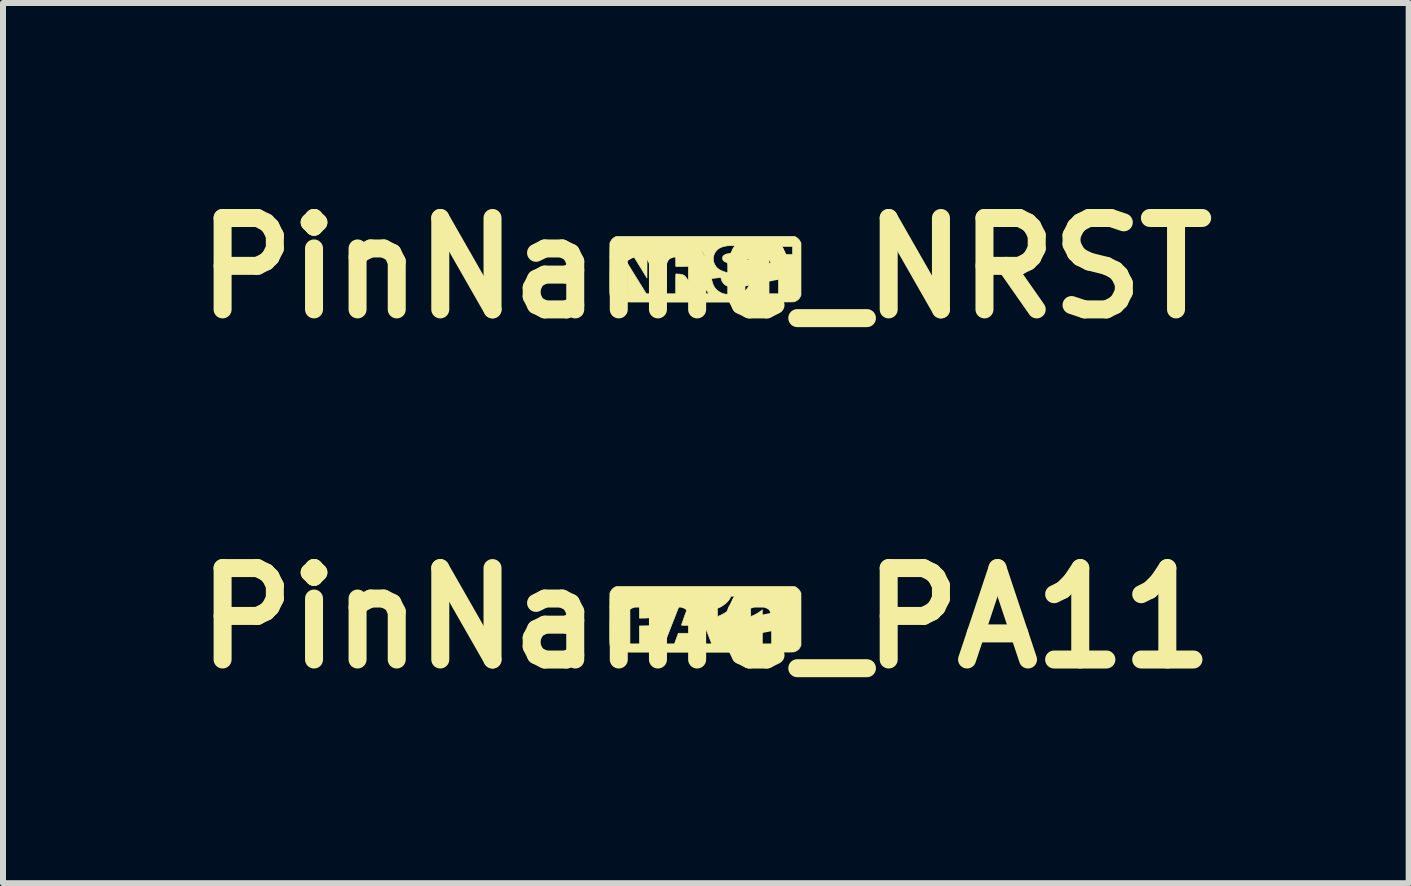
<source format=kicad_pcb>
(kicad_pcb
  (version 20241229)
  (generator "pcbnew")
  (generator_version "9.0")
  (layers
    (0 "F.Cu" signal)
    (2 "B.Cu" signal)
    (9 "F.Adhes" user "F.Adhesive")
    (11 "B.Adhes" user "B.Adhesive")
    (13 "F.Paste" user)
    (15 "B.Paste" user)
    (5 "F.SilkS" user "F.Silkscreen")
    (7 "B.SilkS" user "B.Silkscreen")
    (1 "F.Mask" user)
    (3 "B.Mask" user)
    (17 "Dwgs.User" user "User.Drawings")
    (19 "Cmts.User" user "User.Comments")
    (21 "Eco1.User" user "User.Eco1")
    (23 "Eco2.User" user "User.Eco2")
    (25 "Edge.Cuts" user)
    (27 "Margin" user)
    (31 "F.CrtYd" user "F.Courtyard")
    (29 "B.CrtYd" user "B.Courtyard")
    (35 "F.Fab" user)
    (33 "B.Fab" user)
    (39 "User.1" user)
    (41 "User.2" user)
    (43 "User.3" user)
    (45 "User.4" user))
  (footprint "PinName_PA11"
    (layer "F.Cu")
    (at 8.716 7.254)
    (property "Reference" "PinName_PA11" (at 0 0 0) (layer "F.SilkS") (effects (font (size 1.524 1.524) (thickness 0.3))))
    (attr through_hole)
    (fp_poly (pts (xy -1.01 -0.226) (xy -0.978 -0.225) (xy -0.953 -0.224) (xy -0.934 -0.224) (xy -0.921 -0.222) (xy -0.91 -0.221) (xy -0.902 -0.218) (xy -0.893 -0.215) (xy -0.886 -0.211) (xy -0.859 -0.194) (xy -0.841 -0.172) (xy -0.83 -0.145) (xy -0.827 -0.113) (xy -0.828 -0.106) (xy -0.834 -0.076) (xy -0.848 -0.049) (xy -0.87 -0.029) (xy -0.88 -0.022) (xy -0.898 -0.015) (xy -0.922 -0.009) (xy -0.953 -0.004) (xy -0.99 -0.002) (xy -1.036 -0.000286) (xy -1.054 -0.000156) (xy -1.108 0) (xy -1.108 -0.227) (xy -1.01 -0.226)) (stroke (width 0.01) (type solid)) (fill yes) (layer "F.SilkS"))
    (fp_poly (pts (xy -0.301 -0.171) (xy -0.296 -0.159) (xy -0.289 -0.142) (xy -0.281 -0.119) (xy -0.271 -0.093) (xy -0.26 -0.064) (xy -0.249 -0.034) (xy -0.237 -0.003) (xy -0.226 0.027) (xy -0.216 0.054) (xy -0.207 0.078) (xy -0.201 0.097) (xy -0.196 0.11) (xy -0.194 0.116) (xy -0.194 0.117) (xy -0.198 0.118) (xy -0.211 0.118) (xy -0.23 0.119) (xy -0.254 0.12) (xy -0.283 0.12) (xy -0.3 0.12) (xy -0.336 0.12) (xy -0.363 0.12) (xy -0.383 0.119) (xy -0.396 0.118) (xy -0.404 0.117) (xy -0.406 0.115) (xy -0.406 0.114) (xy -0.405 0.109) (xy -0.401 0.096) (xy -0.394 0.078) (xy -0.386 0.054) (xy -0.376 0.027) (xy -0.366 -0.003) (xy -0.355 -0.034) (xy -0.344 -0.064) (xy -0.333 -0.094) (xy -0.323 -0.12) (xy -0.315 -0.143) (xy -0.309 -0.16) (xy -0.304 -0.171) (xy -0.303 -0.175) (xy -0.301 -0.171)) (stroke (width 0.01) (type solid)) (fill yes) (layer "F.SilkS"))
    (fp_poly (pts (xy 1.502 -0.516) (xy 1.531 -0.496) (xy 1.557 -0.469) (xy 1.573 -0.442) (xy 1.586 -0.418) (xy 1.586 0.455) (xy 1.575 0.477) (xy 1.566 0.493) (xy 1.557 0.508) (xy 1.552 0.514) (xy 1.537 0.528) (xy 1.516 0.543) (xy 1.493 0.555) (xy 1.475 0.563) (xy 1.471 0.563) (xy 1.463 0.564) (xy 1.45 0.564) (xy 1.432 0.565) (xy 1.41 0.565) (xy 1.382 0.565) (xy 1.349 0.566) (xy 1.31 0.566) (xy 1.265 0.566) (xy 1.214 0.567) (xy 1.156 0.567) (xy 1.092 0.567) (xy 1.022 0.567) (xy 0.944 0.567) (xy 0.858 0.567) (xy 0.766 0.568) (xy 0.665 0.568) (xy 0.557 0.568) (xy 0.44 0.568) (xy 0.315 0.568) (xy 0.181 0.568) (xy 0.038 0.568) (xy -0.012 0.568) (xy -0.15 0.568) (xy -0.279 0.568) (xy -0.4 0.568) (xy -0.512 0.568) (xy -0.616 0.568) (xy -0.713 0.568) (xy -0.802 0.568) (xy -0.884 0.567) (xy -0.959 0.567) (xy -1.028 0.567) (xy -1.09 0.567) (xy -1.147 0.567) (xy -1.198 0.567) (xy -1.243 0.567) (xy -1.284 0.566) (xy -1.32 0.566) (xy -1.352 0.566) (xy -1.379 0.566) (xy -1.403 0.565) (xy -1.423 0.565) (xy -1.44 0.565) (xy -1.455 0.564) (xy -1.466 0.564) (xy -1.476 0.563) (xy -1.483 0.562) (xy -1.489 0.562) (xy -1.494 0.561) (xy -1.497 0.56) (xy -1.5 0.56) (xy -1.502 0.559) (xy -1.503 0.559) (xy -1.537 0.542) (xy -1.563 0.52) (xy -1.575 0.505) (xy -1.579 0.498) (xy -1.583 0.491) (xy -1.587 0.485) (xy -1.59 0.479) (xy -1.593 0.471) (xy -1.595 0.462) (xy -1.597 0.45) (xy -1.598 0.436) (xy -1.599 0.429) (xy -1.265 0.429) (xy -1.108 0.429) (xy -0.692 0.429) (xy -0.524 0.429) (xy -0.459 0.252) (xy -0.141 0.252) (xy -0.107 0.341) (xy -0.072 0.429) (xy 0.012 0.429) (xy 0.039 0.429) (xy 0.062 0.429) (xy 0.081 0.428) (xy 0.093 0.427) (xy 0.097 0.426) (xy 0.095 0.421) (xy 0.09 0.409) (xy 0.083 0.389) (xy 0.072 0.362) (xy 0.059 0.329) (xy 0.044 0.29) (xy 0.027 0.247) (xy 0.008 0.199) (xy -0.013 0.148) (xy -0.035 0.094) (xy -0.057 0.037) (xy -0.059 0.032) (xy -0.138 -0.164) (xy 0.194 -0.164) (xy 0.194 -0.096) (xy 0.194 -0.069) (xy 0.195 -0.05) (xy 0.195 -0.038) (xy 0.197 -0.031) (xy 0.199 -0.029) (xy 0.201 -0.029) (xy 0.266 -0.058) (xy 0.324 -0.091) (xy 0.368 -0.124) (xy 0.388 -0.14) (xy 0.388 0.429) (xy 0.54 0.429) (xy 0.54 -0.096) (xy 0.748 -0.096) (xy 0.748 -0.072) (xy 0.749 -0.052) (xy 0.749 -0.037) (xy 0.75 -0.029) (xy 0.75 -0.028) (xy 0.755 -0.029) (xy 0.767 -0.034) (xy 0.783 -0.041) (xy 0.793 -0.045) (xy 0.821 -0.059) (xy 0.853 -0.077) (xy 0.884 -0.096) (xy 0.913 -0.117) (xy 0.927 -0.127) (xy 0.942 -0.14) (xy 0.942 0.429) (xy 1.095 0.429) (xy 1.095 -0.365) (xy 1.033 -0.365) (xy 0.972 -0.365) (xy 0.964 -0.345) (xy 0.948 -0.316) (xy 0.925 -0.285) (xy 0.896 -0.255) (xy 0.862 -0.227) (xy 0.826 -0.202) (xy 0.789 -0.181) (xy 0.77 -0.173) (xy 0.748 -0.164) (xy 0.748 -0.096) (xy 0.54 -0.096) (xy 0.54 -0.365) (xy 0.479 -0.365) (xy 0.418 -0.365) (xy 0.409 -0.344) (xy 0.395 -0.317) (xy 0.374 -0.288) (xy 0.348 -0.26) (xy 0.325 -0.24) (xy 0.298 -0.22) (xy 0.27 -0.201) (xy 0.243 -0.185) (xy 0.219 -0.174) (xy 0.211 -0.171) (xy 0.194 -0.164) (xy -0.138 -0.164) (xy -0.215 -0.358) (xy -0.385 -0.358) (xy -0.527 0.007) (xy -0.549 0.063) (xy -0.57 0.117) (xy -0.59 0.168) (xy -0.609 0.217) (xy -0.626 0.261) (xy -0.642 0.3) (xy -0.655 0.334) (xy -0.666 0.362) (xy -0.674 0.383) (xy -0.679 0.396) (xy -0.681 0.401) (xy -0.692 0.429) (xy -1.108 0.429) (xy -1.108 0.13) (xy -0.983 0.128) (xy -0.941 0.127) (xy -0.907 0.126) (xy -0.88 0.125) (xy -0.858 0.123) (xy -0.84 0.12) (xy -0.824 0.116) (xy -0.81 0.111) (xy -0.795 0.104) (xy -0.78 0.096) (xy -0.744 0.072) (xy -0.713 0.041) (xy -0.689 0.005) (xy -0.673 -0.036) (xy -0.672 -0.04) (xy -0.668 -0.06) (xy -0.665 -0.087) (xy -0.664 -0.115) (xy -0.667 -0.162) (xy -0.674 -0.203) (xy -0.688 -0.238) (xy -0.707 -0.269) (xy -0.729 -0.294) (xy -0.758 -0.318) (xy -0.792 -0.337) (xy -0.827 -0.35) (xy -0.834 -0.351) (xy -0.844 -0.353) (xy -0.863 -0.354) (xy -0.889 -0.355) (xy -0.923 -0.356) (xy -0.962 -0.357) (xy -1.007 -0.358) (xy -1.056 -0.359) (xy -1.061 -0.359) (xy -1.265 -0.361) (xy -1.265 0.429) (xy -1.599 0.429) (xy -1.6 0.418) (xy -1.601 0.396) (xy -1.601 0.369) (xy -1.602 0.338) (xy -1.602 0.3) (xy -1.602 0.257) (xy -1.602 0.206) (xy -1.602 0.148) (xy -1.602 0.081) (xy -1.601 0.011) (xy -1.6 -0.418) (xy -1.588 -0.443) (xy -1.568 -0.475) (xy -1.541 -0.501) (xy -1.515 -0.517) (xy -1.489 -0.529) (xy 1.476 -0.529) (xy 1.502 -0.516)) (stroke (width 0.01) (type solid)) (fill yes) (layer "F.SilkS")))
  (footprint "PinName_NRST"
    (layer "F.Cu")
    (at 8.716 1.418)
    (property "Reference" "PinName_NRST" (at 0 0 0) (layer "F.SilkS") (effects (font (size 1.524 1.524) (thickness 0.3))))
    (attr through_hole)
    (fp_poly (pts (xy -0.338 -0.226) (xy -0.302 -0.225) (xy -0.274 -0.224) (xy -0.255 -0.223) (xy -0.244 -0.221) (xy -0.218 -0.208) (xy -0.198 -0.189) (xy -0.186 -0.165) (xy -0.181 -0.135) (xy -0.181 -0.119) (xy -0.186 -0.09) (xy -0.197 -0.067) (xy -0.214 -0.05) (xy -0.229 -0.041) (xy -0.238 -0.037) (xy -0.249 -0.034) (xy -0.262 -0.032) (xy -0.279 -0.03) (xy -0.303 -0.028) (xy -0.327 -0.027) (xy -0.369 -0.025) (xy -0.407 -0.024) (xy -0.439 -0.024) (xy -0.466 -0.024) (xy -0.485 -0.024) (xy -0.497 -0.025) (xy -0.5 -0.026) (xy -0.501 -0.032) (xy -0.502 -0.045) (xy -0.503 -0.064) (xy -0.503 -0.089) (xy -0.503 -0.117) (xy -0.503 -0.128) (xy -0.503 -0.226) (xy -0.382 -0.226) (xy -0.338 -0.226)) (stroke (width 0.01) (type solid)) (fill yes) (layer "F.SilkS"))
    (fp_poly (pts (xy 1.502 -0.516) (xy 1.531 -0.496) (xy 1.557 -0.469) (xy 1.573 -0.442) (xy 1.586 -0.418) (xy 1.586 0.455) (xy 1.575 0.477) (xy 1.566 0.493) (xy 1.557 0.508) (xy 1.552 0.514) (xy 1.537 0.528) (xy 1.516 0.543) (xy 1.493 0.555) (xy 1.475 0.563) (xy 1.471 0.563) (xy 1.463 0.564) (xy 1.45 0.564) (xy 1.432 0.565) (xy 1.41 0.565) (xy 1.382 0.565) (xy 1.349 0.566) (xy 1.31 0.566) (xy 1.265 0.566) (xy 1.214 0.567) (xy 1.156 0.567) (xy 1.092 0.567) (xy 1.022 0.567) (xy 0.944 0.567) (xy 0.858 0.567) (xy 0.766 0.568) (xy 0.665 0.568) (xy 0.557 0.568) (xy 0.44 0.568) (xy 0.315 0.568) (xy 0.181 0.568) (xy 0.038 0.568) (xy -0.012 0.568) (xy -0.15 0.568) (xy -0.279 0.568) (xy -0.4 0.568) (xy -0.512 0.568) (xy -0.616 0.568) (xy -0.713 0.568) (xy -0.802 0.568) (xy -0.884 0.567) (xy -0.959 0.567) (xy -1.028 0.567) (xy -1.09 0.567) (xy -1.147 0.567) (xy -1.198 0.567) (xy -1.243 0.567) (xy -1.284 0.566) (xy -1.32 0.566) (xy -1.352 0.566) (xy -1.379 0.566) (xy -1.403 0.565) (xy -1.423 0.565) (xy -1.44 0.565) (xy -1.455 0.564) (xy -1.466 0.564) (xy -1.476 0.563) (xy -1.483 0.562) (xy -1.489 0.562) (xy -1.494 0.561) (xy -1.497 0.56) (xy -1.5 0.56) (xy -1.502 0.559) (xy -1.503 0.559) (xy -1.537 0.542) (xy -1.563 0.52) (xy -1.575 0.505) (xy -1.579 0.498) (xy -1.583 0.491) (xy -1.587 0.485) (xy -1.59 0.479) (xy -1.593 0.471) (xy -1.595 0.462) (xy -1.597 0.45) (xy -1.598 0.436) (xy -1.6 0.418) (xy -1.601 0.396) (xy -1.601 0.369) (xy -1.602 0.338) (xy -1.602 0.3) (xy -1.602 0.257) (xy -1.602 0.206) (xy -1.602 0.148) (xy -1.602 0.081) (xy -1.601 0.011) (xy -1.6 -0.36) (xy -1.459 -0.36) (xy -1.459 0.429) (xy -1.312 0.429) (xy -1.31 0.173) (xy -1.309 -0.083) (xy -1.151 0.173) (xy -0.992 0.429) (xy -0.831 0.429) (xy -0.66 0.429) (xy -0.503 0.429) (xy -0.503 0.265) (xy -0.503 0.221) (xy -0.503 0.185) (xy -0.503 0.157) (xy -0.502 0.135) (xy -0.502 0.119) (xy -0.501 0.109) (xy -0.499 0.102) (xy -0.498 0.099) (xy -0.497 0.099) (xy -0.49 0.098) (xy -0.476 0.099) (xy -0.457 0.1) (xy -0.441 0.101) (xy -0.41 0.105) (xy -0.385 0.111) (xy -0.366 0.121) (xy -0.348 0.135) (xy -0.335 0.149) (xy -0.329 0.157) (xy -0.318 0.172) (xy -0.303 0.193) (xy -0.285 0.218) (xy -0.266 0.247) (xy -0.245 0.277) (xy -0.23 0.299) (xy -0.142 0.429) (xy -0.048 0.429) (xy -0.016 0.429) (xy 0.008 0.429) (xy 0.024 0.429) (xy 0.035 0.428) (xy 0.041 0.427) (xy 0.043 0.425) (xy 0.043 0.422) (xy 0.042 0.421) (xy 0.037 0.412) (xy 0.028 0.397) (xy 0.015 0.377) (xy 0.000368 0.354) (xy -0.016 0.327) (xy -0.033 0.3) (xy -0.05 0.274) (xy -0.066 0.249) (xy -0.08 0.227) (xy -0.092 0.21) (xy -0.099 0.198) (xy -0.101 0.196) (xy -0.113 0.181) (xy 0.098 0.181) (xy 0.098 0.192) (xy 0.101 0.209) (xy 0.107 0.23) (xy 0.114 0.252) (xy 0.121 0.274) (xy 0.129 0.293) (xy 0.13 0.295) (xy 0.153 0.332) (xy 0.184 0.365) (xy 0.219 0.393) (xy 0.259 0.415) (xy 0.283 0.425) (xy 0.317 0.433) (xy 0.357 0.439) (xy 0.4 0.442) (xy 0.444 0.442) (xy 0.487 0.44) (xy 0.526 0.435) (xy 0.545 0.43) (xy 0.592 0.415) (xy 0.631 0.395) (xy 0.664 0.369) (xy 0.691 0.339) (xy 0.713 0.302) (xy 0.728 0.262) (xy 0.736 0.219) (xy 0.737 0.177) (xy 0.73 0.135) (xy 0.717 0.095) (xy 0.696 0.06) (xy 0.683 0.043) (xy 0.663 0.024) (xy 0.64 0.007) (xy 0.612 -0.008) (xy 0.58 -0.023) (xy 0.541 -0.036) (xy 0.494 -0.05) (xy 0.471 -0.056) (xy 0.426 -0.068) (xy 0.388 -0.079) (xy 0.358 -0.088) (xy 0.334 -0.097) (xy 0.316 -0.106) (xy 0.302 -0.115) (xy 0.292 -0.124) (xy 0.286 -0.132) (xy 0.279 -0.152) (xy 0.278 -0.175) (xy 0.286 -0.196) (xy 0.286 -0.198) (xy 0.3 -0.212) (xy 0.321 -0.224) (xy 0.347 -0.234) (xy 0.377 -0.24) (xy 0.408 -0.243) (xy 0.439 -0.242) (xy 0.467 -0.237) (xy 0.491 -0.228) (xy 0.517 -0.21) (xy 0.537 -0.186) (xy 0.55 -0.156) (xy 0.552 -0.146) (xy 0.555 -0.129) (xy 0.634 -0.132) (xy 0.66 -0.133) (xy 0.683 -0.134) (xy 0.701 -0.135) (xy 0.712 -0.136) (xy 0.715 -0.137) (xy 0.716 -0.143) (xy 0.714 -0.155) (xy 0.711 -0.172) (xy 0.706 -0.191) (xy 0.701 -0.21) (xy 0.695 -0.227) (xy 0.69 -0.24) (xy 0.676 -0.262) (xy 0.657 -0.285) (xy 0.634 -0.308) (xy 0.611 -0.327) (xy 0.591 -0.339) (xy 0.55 -0.354) (xy 0.526 -0.36) (xy 0.817 -0.36) (xy 0.817 -0.226) (xy 1.053 -0.226) (xy 1.053 0.429) (xy 1.21 0.429) (xy 1.21 -0.226) (xy 1.445 -0.226) (xy 1.445 -0.36) (xy 0.817 -0.36) (xy 0.526 -0.36) (xy 0.504 -0.365) (xy 0.456 -0.372) (xy 0.406 -0.373) (xy 0.356 -0.37) (xy 0.309 -0.362) (xy 0.266 -0.349) (xy 0.229 -0.332) (xy 0.221 -0.328) (xy 0.188 -0.301) (xy 0.161 -0.269) (xy 0.141 -0.234) (xy 0.129 -0.196) (xy 0.125 -0.156) (xy 0.128 -0.116) (xy 0.139 -0.077) (xy 0.159 -0.04) (xy 0.179 -0.012) (xy 0.197 0.004) (xy 0.216 0.02) (xy 0.24 0.034) (xy 0.268 0.047) (xy 0.301 0.06) (xy 0.342 0.073) (xy 0.39 0.087) (xy 0.41 0.092) (xy 0.448 0.102) (xy 0.479 0.111) (xy 0.503 0.119) (xy 0.522 0.126) (xy 0.536 0.133) (xy 0.548 0.14) (xy 0.557 0.148) (xy 0.559 0.15) (xy 0.569 0.162) (xy 0.574 0.175) (xy 0.576 0.191) (xy 0.576 0.219) (xy 0.568 0.242) (xy 0.553 0.263) (xy 0.551 0.266) (xy 0.528 0.285) (xy 0.501 0.298) (xy 0.469 0.306) (xy 0.438 0.308) (xy 0.397 0.308) (xy 0.362 0.302) (xy 0.333 0.29) (xy 0.307 0.271) (xy 0.306 0.271) (xy 0.285 0.246) (xy 0.267 0.216) (xy 0.255 0.184) (xy 0.255 0.18) (xy 0.252 0.168) (xy 0.249 0.161) (xy 0.249 0.16) (xy 0.244 0.16) (xy 0.231 0.161) (xy 0.213 0.162) (xy 0.19 0.164) (xy 0.173 0.166) (xy 0.145 0.169) (xy 0.125 0.171) (xy 0.111 0.174) (xy 0.103 0.176) (xy 0.099 0.179) (xy 0.098 0.181) (xy -0.113 0.181) (xy -0.124 0.167) (xy -0.151 0.139) (xy -0.178 0.114) (xy -0.196 0.1) (xy -0.223 0.082) (xy -0.189 0.073) (xy -0.142 0.058) (xy -0.103 0.036) (xy -0.071 0.009) (xy -0.046 -0.023) (xy -0.028 -0.061) (xy -0.025 -0.071) (xy -0.02 -0.099) (xy -0.018 -0.132) (xy -0.019 -0.166) (xy -0.023 -0.198) (xy -0.027 -0.211) (xy -0.043 -0.25) (xy -0.066 -0.284) (xy -0.095 -0.312) (xy -0.124 -0.33) (xy -0.135 -0.336) (xy -0.147 -0.341) (xy -0.159 -0.345) (xy -0.172 -0.348) (xy -0.187 -0.351) (xy -0.205 -0.353) (xy -0.227 -0.355) (xy -0.254 -0.356) (xy -0.287 -0.357) (xy -0.326 -0.358) (xy -0.373 -0.358) (xy -0.427 -0.359) (xy -0.435 -0.359) (xy -0.66 -0.361) (xy -0.66 0.429) (xy -0.831 0.429) (xy -0.831 -0.36) (xy -0.979 -0.36) (xy -0.98 -0.096) (xy -0.981 0.167) (xy -1.305 -0.36) (xy -1.382 -0.36) (xy -1.459 -0.36) (xy -1.6 -0.36) (xy -1.6 -0.418) (xy -1.588 -0.443) (xy -1.568 -0.475) (xy -1.541 -0.501) (xy -1.515 -0.517) (xy -1.489 -0.529) (xy 1.476 -0.529) (xy 1.502 -0.516)) (stroke (width 0.01) (type solid)) (fill yes) (layer "F.SilkS")))
  (gr_rect
    (start -3 -3)
    (end 20.432 11.672)
    (stroke (width 0.1) (type default))
    (fill no)
    (layer "Edge.Cuts")))
</source>
